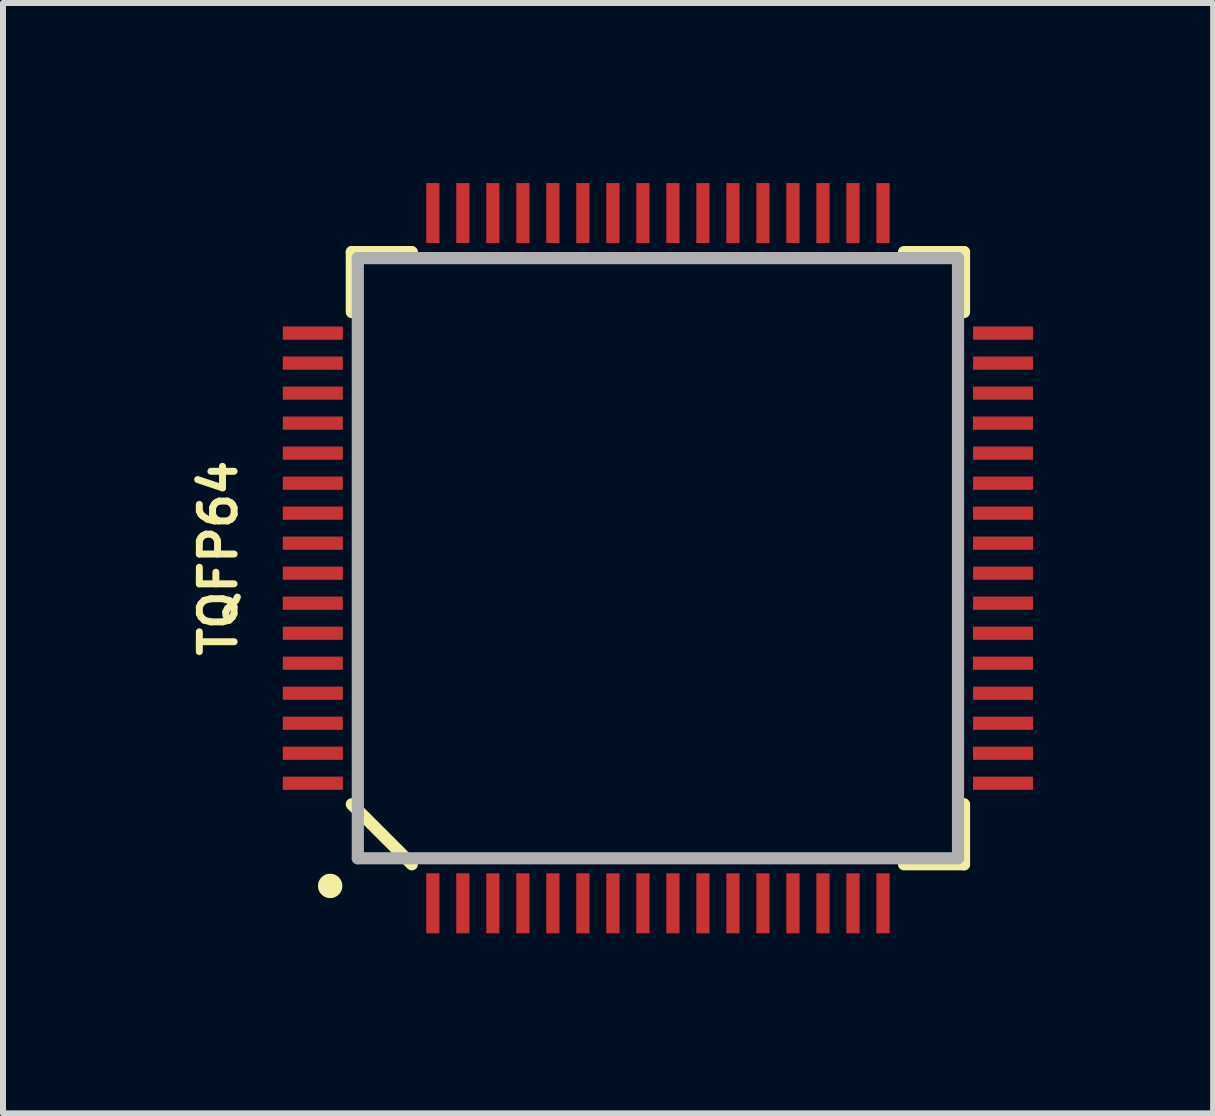
<source format=kicad_pcb>
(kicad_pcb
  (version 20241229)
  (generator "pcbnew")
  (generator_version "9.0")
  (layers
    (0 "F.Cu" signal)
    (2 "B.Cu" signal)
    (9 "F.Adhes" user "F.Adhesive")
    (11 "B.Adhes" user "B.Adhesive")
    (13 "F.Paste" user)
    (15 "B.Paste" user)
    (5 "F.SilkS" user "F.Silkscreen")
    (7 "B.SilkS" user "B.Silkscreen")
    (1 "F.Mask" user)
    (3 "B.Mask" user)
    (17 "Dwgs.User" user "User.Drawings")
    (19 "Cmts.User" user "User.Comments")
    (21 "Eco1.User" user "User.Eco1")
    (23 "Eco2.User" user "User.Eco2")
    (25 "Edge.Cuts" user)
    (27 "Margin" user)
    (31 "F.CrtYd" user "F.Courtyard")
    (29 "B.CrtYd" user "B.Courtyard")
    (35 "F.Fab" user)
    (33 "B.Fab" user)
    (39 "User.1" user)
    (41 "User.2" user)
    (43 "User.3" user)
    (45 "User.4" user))
  (footprint "TQFP64"
    (layer "F.Cu")
    (at 7.912 6.25)
    (property "Reference" "TQFP64" (at -6.985 0 90) (layer "F.SilkS") (effects (font (size 0.579 0.579) (thickness 0.116)) (justify bottom)))
    (attr through_hole)
    (fp_line (start -5.1 -5.1) (end -4.1 -5.1) (stroke (width 0.203) (type solid)) (layer "F.SilkS"))
    (fp_line (start -5.1 -4.1) (end -5.1 -5.1) (stroke (width 0.203) (type solid)) (layer "F.SilkS"))
    (fp_line (start -5.1 4.1) (end -4.1 5.1) (stroke (width 0.203) (type solid)) (layer "F.SilkS"))
    (fp_line (start 4.1 -5.1) (end 5.1 -5.1) (stroke (width 0.203) (type solid)) (layer "F.SilkS"))
    (fp_line (start 4.1 5.1) (end 5.1 5.1) (stroke (width 0.203) (type solid)) (layer "F.SilkS"))
    (fp_line (start 5.1 -5.1) (end 5.1 -4.1) (stroke (width 0.203) (type solid)) (layer "F.SilkS"))
    (fp_line (start 5.1 5.1) (end 5.1 4.1) (stroke (width 0.203) (type solid)) (layer "F.SilkS"))
    (fp_circle (center -5.461 5.461) (end -5.359 5.461) (stroke (width 0.203) (type solid)) (fill no) (layer "F.SilkS"))
    (fp_line (start -5 -5) (end 5 -5) (stroke (width 0.203) (type solid)) (layer "F.Fab"))
    (fp_line (start -5 5) (end -5 -5) (stroke (width 0.203) (type solid)) (layer "F.Fab"))
    (fp_line (start 5 -5) (end 5 5) (stroke (width 0.203) (type solid)) (layer "F.Fab"))
    (fp_line (start 5 5) (end -5 5) (stroke (width 0.203) (type solid)) (layer "F.Fab"))
    (pad "1" smd rect (at -3.75 5.75) (size 0.22 1) (layers "F.Cu" "F.Mask" "F.Paste"))
    (pad "2" smd rect (at -3.25 5.75) (size 0.22 1) (layers "F.Cu" "F.Mask" "F.Paste"))
    (pad "3" smd rect (at -2.75 5.75) (size 0.22 1) (layers "F.Cu" "F.Mask" "F.Paste"))
    (pad "4" smd rect (at -2.25 5.75) (size 0.22 1) (layers "F.Cu" "F.Mask" "F.Paste"))
    (pad "5" smd rect (at -1.75 5.75) (size 0.22 1) (layers "F.Cu" "F.Mask" "F.Paste"))
    (pad "6" smd rect (at -1.25 5.75) (size 0.22 1) (layers "F.Cu" "F.Mask" "F.Paste"))
    (pad "7" smd rect (at -0.75 5.75) (size 0.22 1) (layers "F.Cu" "F.Mask" "F.Paste"))
    (pad "8" smd rect (at -0.25 5.75) (size 0.22 1) (layers "F.Cu" "F.Mask" "F.Paste"))
    (pad "9" smd rect (at 0.25 5.75) (size 0.22 1) (layers "F.Cu" "F.Mask" "F.Paste"))
    (pad "10" smd rect (at 0.75 5.75) (size 0.22 1) (layers "F.Cu" "F.Mask" "F.Paste"))
    (pad "11" smd rect (at 1.25 5.75) (size 0.22 1) (layers "F.Cu" "F.Mask" "F.Paste"))
    (pad "12" smd rect (at 1.75 5.75) (size 0.22 1) (layers "F.Cu" "F.Mask" "F.Paste"))
    (pad "13" smd rect (at 2.25 5.75) (size 0.22 1) (layers "F.Cu" "F.Mask" "F.Paste"))
    (pad "14" smd rect (at 2.75 5.75) (size 0.22 1) (layers "F.Cu" "F.Mask" "F.Paste"))
    (pad "15" smd rect (at 3.25 5.75) (size 0.22 1) (layers "F.Cu" "F.Mask" "F.Paste"))
    (pad "16" smd rect (at 3.75 5.75) (size 0.22 1) (layers "F.Cu" "F.Mask" "F.Paste"))
    (pad "17" smd rect (at 5.75 3.75 90) (size 0.22 1) (layers "F.Cu" "F.Mask" "F.Paste"))
    (pad "18" smd rect (at 5.75 3.25 90) (size 0.22 1) (layers "F.Cu" "F.Mask" "F.Paste"))
    (pad "19" smd rect (at 5.75 2.75 90) (size 0.22 1) (layers "F.Cu" "F.Mask" "F.Paste"))
    (pad "20" smd rect (at 5.75 2.25 90) (size 0.22 1) (layers "F.Cu" "F.Mask" "F.Paste"))
    (pad "21" smd rect (at 5.75 1.75 90) (size 0.22 1) (layers "F.Cu" "F.Mask" "F.Paste"))
    (pad "22" smd rect (at 5.75 1.25 90) (size 0.22 1) (layers "F.Cu" "F.Mask" "F.Paste"))
    (pad "23" smd rect (at 5.75 0.75 90) (size 0.22 1) (layers "F.Cu" "F.Mask" "F.Paste"))
    (pad "24" smd rect (at 5.75 0.25 90) (size 0.22 1) (layers "F.Cu" "F.Mask" "F.Paste"))
    (pad "25" smd rect (at 5.75 -0.25 90) (size 0.22 1) (layers "F.Cu" "F.Mask" "F.Paste"))
    (pad "26" smd rect (at 5.75 -0.75 90) (size 0.22 1) (layers "F.Cu" "F.Mask" "F.Paste"))
    (pad "27" smd rect (at 5.75 -1.25 90) (size 0.22 1) (layers "F.Cu" "F.Mask" "F.Paste"))
    (pad "28" smd rect (at 5.75 -1.75 90) (size 0.22 1) (layers "F.Cu" "F.Mask" "F.Paste"))
    (pad "29" smd rect (at 5.75 -2.25 90) (size 0.22 1) (layers "F.Cu" "F.Mask" "F.Paste"))
    (pad "30" smd rect (at 5.75 -2.75 90) (size 0.22 1) (layers "F.Cu" "F.Mask" "F.Paste"))
    (pad "31" smd rect (at 5.75 -3.25 90) (size 0.22 1) (layers "F.Cu" "F.Mask" "F.Paste"))
    (pad "32" smd rect (at 5.75 -3.75 90) (size 0.22 1) (layers "F.Cu" "F.Mask" "F.Paste"))
    (pad "33" smd rect (at 3.75 -5.75 180) (size 0.22 1) (layers "F.Cu" "F.Mask" "F.Paste"))
    (pad "34" smd rect (at 3.25 -5.75 180) (size 0.22 1) (layers "F.Cu" "F.Mask" "F.Paste"))
    (pad "35" smd rect (at 2.75 -5.75 180) (size 0.22 1) (layers "F.Cu" "F.Mask" "F.Paste"))
    (pad "36" smd rect (at 2.25 -5.75 180) (size 0.22 1) (layers "F.Cu" "F.Mask" "F.Paste"))
    (pad "37" smd rect (at 1.75 -5.75 180) (size 0.22 1) (layers "F.Cu" "F.Mask" "F.Paste"))
    (pad "38" smd rect (at 1.25 -5.75 180) (size 0.22 1) (layers "F.Cu" "F.Mask" "F.Paste"))
    (pad "39" smd rect (at 0.75 -5.75 180) (size 0.22 1) (layers "F.Cu" "F.Mask" "F.Paste"))
    (pad "40" smd rect (at 0.25 -5.75 180) (size 0.22 1) (layers "F.Cu" "F.Mask" "F.Paste"))
    (pad "41" smd rect (at -0.25 -5.75 180) (size 0.22 1) (layers "F.Cu" "F.Mask" "F.Paste"))
    (pad "42" smd rect (at -0.75 -5.75 180) (size 0.22 1) (layers "F.Cu" "F.Mask" "F.Paste"))
    (pad "43" smd rect (at -1.25 -5.75 180) (size 0.22 1) (layers "F.Cu" "F.Mask" "F.Paste"))
    (pad "44" smd rect (at -1.75 -5.75 180) (size 0.22 1) (layers "F.Cu" "F.Mask" "F.Paste"))
    (pad "45" smd rect (at -2.25 -5.75 180) (size 0.22 1) (layers "F.Cu" "F.Mask" "F.Paste"))
    (pad "46" smd rect (at -2.75 -5.75 180) (size 0.22 1) (layers "F.Cu" "F.Mask" "F.Paste"))
    (pad "47" smd rect (at -3.25 -5.75 180) (size 0.22 1) (layers "F.Cu" "F.Mask" "F.Paste"))
    (pad "48" smd rect (at -3.75 -5.75 180) (size 0.22 1) (layers "F.Cu" "F.Mask" "F.Paste"))
    (pad "49" smd rect (at -5.75 -3.75 270) (size 0.22 1) (layers "F.Cu" "F.Mask" "F.Paste"))
    (pad "50" smd rect (at -5.75 -3.25 270) (size 0.22 1) (layers "F.Cu" "F.Mask" "F.Paste"))
    (pad "51" smd rect (at -5.75 -2.75 270) (size 0.22 1) (layers "F.Cu" "F.Mask" "F.Paste"))
    (pad "52" smd rect (at -5.75 -2.25 270) (size 0.22 1) (layers "F.Cu" "F.Mask" "F.Paste"))
    (pad "53" smd rect (at -5.75 -1.75 270) (size 0.22 1) (layers "F.Cu" "F.Mask" "F.Paste"))
    (pad "54" smd rect (at -5.75 -1.25 270) (size 0.22 1) (layers "F.Cu" "F.Mask" "F.Paste"))
    (pad "55" smd rect (at -5.75 -0.75 270) (size 0.22 1) (layers "F.Cu" "F.Mask" "F.Paste"))
    (pad "56" smd rect (at -5.75 -0.25 270) (size 0.22 1) (layers "F.Cu" "F.Mask" "F.Paste"))
    (pad "57" smd rect (at -5.75 0.25 270) (size 0.22 1) (layers "F.Cu" "F.Mask" "F.Paste"))
    (pad "58" smd rect (at -5.75 0.75 270) (size 0.22 1) (layers "F.Cu" "F.Mask" "F.Paste"))
    (pad "59" smd rect (at -5.75 1.25 270) (size 0.22 1) (layers "F.Cu" "F.Mask" "F.Paste"))
    (pad "60" smd rect (at -5.75 1.75 270) (size 0.22 1) (layers "F.Cu" "F.Mask" "F.Paste"))
    (pad "61" smd rect (at -5.75 2.25 270) (size 0.22 1) (layers "F.Cu" "F.Mask" "F.Paste"))
    (pad "62" smd rect (at -5.75 2.75 270) (size 0.22 1) (layers "F.Cu" "F.Mask" "F.Paste"))
    (pad "63" smd rect (at -5.75 3.25 270) (size 0.22 1) (layers "F.Cu" "F.Mask" "F.Paste"))
    (pad "64" smd rect (at -5.75 3.75 270) (size 0.22 1) (layers "F.Cu" "F.Mask" "F.Paste")))
  (gr_rect
    (start -3 -3)
    (end 17.162 15.5)
    (stroke (width 0.1) (type default))
    (fill no)
    (layer "Edge.Cuts")))
</source>
